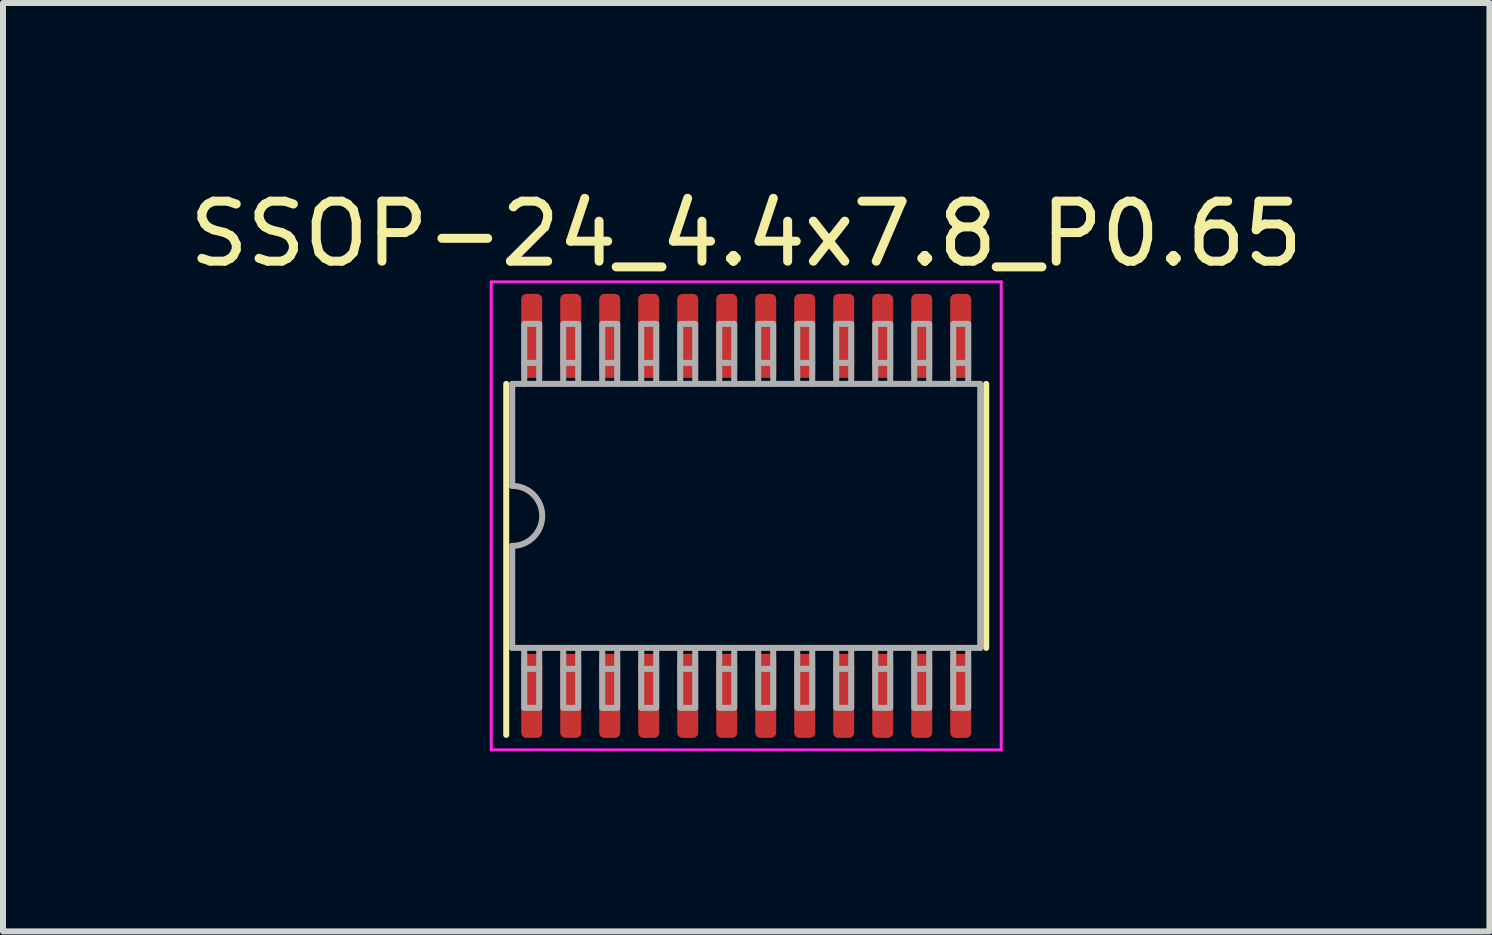
<source format=kicad_pcb>
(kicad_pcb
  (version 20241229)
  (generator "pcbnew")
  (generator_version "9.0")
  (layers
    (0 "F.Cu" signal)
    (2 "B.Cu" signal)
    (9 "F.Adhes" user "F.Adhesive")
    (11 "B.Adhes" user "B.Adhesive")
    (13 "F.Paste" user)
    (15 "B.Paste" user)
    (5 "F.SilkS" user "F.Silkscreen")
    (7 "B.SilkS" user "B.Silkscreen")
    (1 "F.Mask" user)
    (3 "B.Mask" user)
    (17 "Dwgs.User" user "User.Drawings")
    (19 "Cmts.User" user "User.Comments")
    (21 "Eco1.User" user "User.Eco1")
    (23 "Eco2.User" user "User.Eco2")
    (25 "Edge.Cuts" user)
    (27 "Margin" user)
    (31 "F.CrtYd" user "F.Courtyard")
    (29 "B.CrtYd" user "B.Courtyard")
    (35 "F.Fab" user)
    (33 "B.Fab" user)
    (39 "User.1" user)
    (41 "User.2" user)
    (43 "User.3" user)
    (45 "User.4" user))
  (footprint "SSOP-24_4.4x7.8_P0.65"
    (layer "F.Cu")
    (at 9.387 5.548)
    (property "Reference" "SSOP-24_4.4x7.8_P0.65" (at 0 -4.7 0) (layer "F.SilkS") (effects (font (size 1 1) (thickness 0.15))))
    (attr smd)
    (fp_line (start -4 3.65) (end -4 -2.2) (stroke (width 0.1) (type solid)) (layer "F.SilkS"))
    (fp_line (start 4 2.2) (end 4 -2.2) (stroke (width 0.1) (type solid)) (layer "F.SilkS"))
    (fp_line (start -4.25 -3.9) (end -4.25 3.9) (stroke (width 0.05) (type solid)) (layer "F.CrtYd"))
    (fp_line (start -4.25 3.9) (end 4.25 3.9) (stroke (width 0.05) (type solid)) (layer "F.CrtYd"))
    (fp_line (start 4.25 -3.9) (end -4.25 -3.9) (stroke (width 0.05) (type solid)) (layer "F.CrtYd"))
    (fp_line (start 4.25 3.9) (end 4.25 -3.9) (stroke (width 0.05) (type solid)) (layer "F.CrtYd"))
    (fp_line (start -3.9 -2.2) (end -3.9 -0.5) (stroke (width 0.1) (type solid)) (layer "F.Fab"))
    (fp_line (start -3.9 -2.2) (end 3.9 -2.2) (stroke (width 0.1) (type solid)) (layer "F.Fab"))
    (fp_line (start -3.9 2.2) (end -3.9 0.5) (stroke (width 0.1) (type solid)) (layer "F.Fab"))
    (fp_line (start -3.9 2.2) (end 3.9 2.2) (stroke (width 0.1) (type solid)) (layer "F.Fab"))
    (fp_line (start -3.7 -2.55) (end -3.7 -2.2) (stroke (width 0.1) (type solid)) (layer "F.Fab"))
    (fp_line (start -3.7 2.55) (end -3.7 2.2) (stroke (width 0.1) (type solid)) (layer "F.Fab"))
    (fp_line (start -3.45 -2.55) (end -3.45 -2.2) (stroke (width 0.1) (type solid)) (layer "F.Fab"))
    (fp_line (start -3.45 2.55) (end -3.45 2.2) (stroke (width 0.1) (type solid)) (layer "F.Fab"))
    (fp_line (start -3.05 -2.55) (end -3.05 -2.2) (stroke (width 0.1) (type solid)) (layer "F.Fab"))
    (fp_line (start -3.05 2.55) (end -3.05 2.2) (stroke (width 0.1) (type solid)) (layer "F.Fab"))
    (fp_line (start -2.8 -2.55) (end -2.8 -2.2) (stroke (width 0.1) (type solid)) (layer "F.Fab"))
    (fp_line (start -2.8 2.55) (end -2.8 2.2) (stroke (width 0.1) (type solid)) (layer "F.Fab"))
    (fp_line (start -2.4 -2.55) (end -2.4 -2.2) (stroke (width 0.1) (type solid)) (layer "F.Fab"))
    (fp_line (start -2.4 2.55) (end -2.4 2.2) (stroke (width 0.1) (type solid)) (layer "F.Fab"))
    (fp_line (start -2.15 -2.55) (end -2.15 -2.2) (stroke (width 0.1) (type solid)) (layer "F.Fab"))
    (fp_line (start -2.15 2.55) (end -2.15 2.2) (stroke (width 0.1) (type solid)) (layer "F.Fab"))
    (fp_line (start -1.75 -2.55) (end -1.75 -2.2) (stroke (width 0.1) (type solid)) (layer "F.Fab"))
    (fp_line (start -1.75 2.55) (end -1.75 2.2) (stroke (width 0.1) (type solid)) (layer "F.Fab"))
    (fp_line (start -1.5 -2.55) (end -1.5 -2.2) (stroke (width 0.1) (type solid)) (layer "F.Fab"))
    (fp_line (start -1.5 2.55) (end -1.5 2.2) (stroke (width 0.1) (type solid)) (layer "F.Fab"))
    (fp_line (start -1.1 -2.55) (end -1.1 -2.2) (stroke (width 0.1) (type solid)) (layer "F.Fab"))
    (fp_line (start -1.1 2.55) (end -1.1 2.2) (stroke (width 0.1) (type solid)) (layer "F.Fab"))
    (fp_line (start -0.85 -2.55) (end -0.85 -2.2) (stroke (width 0.1) (type solid)) (layer "F.Fab"))
    (fp_line (start -0.85 2.55) (end -0.85 2.2) (stroke (width 0.1) (type solid)) (layer "F.Fab"))
    (fp_line (start -0.45 -2.55) (end -0.45 -2.2) (stroke (width 0.1) (type solid)) (layer "F.Fab"))
    (fp_line (start -0.45 2.55) (end -0.45 2.2) (stroke (width 0.1) (type solid)) (layer "F.Fab"))
    (fp_line (start -0.2 -2.55) (end -0.2 -2.2) (stroke (width 0.1) (type solid)) (layer "F.Fab"))
    (fp_line (start -0.2 2.55) (end -0.2 2.2) (stroke (width 0.1) (type solid)) (layer "F.Fab"))
    (fp_line (start 0.2 -2.55) (end 0.2 -2.2) (stroke (width 0.1) (type solid)) (layer "F.Fab"))
    (fp_line (start 0.2 2.55) (end 0.2 2.2) (stroke (width 0.1) (type solid)) (layer "F.Fab"))
    (fp_line (start 0.45 -2.55) (end 0.45 -2.2) (stroke (width 0.1) (type solid)) (layer "F.Fab"))
    (fp_line (start 0.45 2.55) (end 0.45 2.2) (stroke (width 0.1) (type solid)) (layer "F.Fab"))
    (fp_line (start 0.85 -2.55) (end 0.85 -2.2) (stroke (width 0.1) (type solid)) (layer "F.Fab"))
    (fp_line (start 0.85 2.55) (end 0.85 2.2) (stroke (width 0.1) (type solid)) (layer "F.Fab"))
    (fp_line (start 1.1 -2.55) (end 1.1 -2.2) (stroke (width 0.1) (type solid)) (layer "F.Fab"))
    (fp_line (start 1.1 2.55) (end 1.1 2.2) (stroke (width 0.1) (type solid)) (layer "F.Fab"))
    (fp_line (start 1.5 -2.55) (end 1.5 -2.2) (stroke (width 0.1) (type solid)) (layer "F.Fab"))
    (fp_line (start 1.5 2.55) (end 1.5 2.2) (stroke (width 0.1) (type solid)) (layer "F.Fab"))
    (fp_line (start 1.75 -2.55) (end 1.75 -2.2) (stroke (width 0.1) (type solid)) (layer "F.Fab"))
    (fp_line (start 1.75 2.55) (end 1.75 2.2) (stroke (width 0.1) (type solid)) (layer "F.Fab"))
    (fp_line (start 2.15 -2.55) (end 2.15 -2.2) (stroke (width 0.1) (type solid)) (layer "F.Fab"))
    (fp_line (start 2.15 2.55) (end 2.15 2.2) (stroke (width 0.1) (type solid)) (layer "F.Fab"))
    (fp_line (start 2.4 -2.55) (end 2.4 -2.2) (stroke (width 0.1) (type solid)) (layer "F.Fab"))
    (fp_line (start 2.4 2.55) (end 2.4 2.2) (stroke (width 0.1) (type solid)) (layer "F.Fab"))
    (fp_line (start 2.8 -2.55) (end 2.8 -2.2) (stroke (width 0.1) (type solid)) (layer "F.Fab"))
    (fp_line (start 2.8 2.55) (end 2.8 2.2) (stroke (width 0.1) (type solid)) (layer "F.Fab"))
    (fp_line (start 3.05 -2.55) (end 3.05 -2.2) (stroke (width 0.1) (type solid)) (layer "F.Fab"))
    (fp_line (start 3.05 2.55) (end 3.05 2.2) (stroke (width 0.1) (type solid)) (layer "F.Fab"))
    (fp_line (start 3.45 -2.55) (end 3.45 -2.2) (stroke (width 0.1) (type solid)) (layer "F.Fab"))
    (fp_line (start 3.45 2.55) (end 3.45 2.2) (stroke (width 0.1) (type solid)) (layer "F.Fab"))
    (fp_line (start 3.7 -2.55) (end 3.7 -2.2) (stroke (width 0.1) (type solid)) (layer "F.Fab"))
    (fp_line (start 3.7 2.55) (end 3.7 2.2) (stroke (width 0.1) (type solid)) (layer "F.Fab"))
    (fp_line (start 3.9 -2.2) (end 3.9 2.2) (stroke (width 0.1) (type solid)) (layer "F.Fab"))
    (fp_arc (start -3.9 -0.5) (mid -3.4 0) (end -3.9 0.5) (stroke (width 0.1) (type solid)) (layer "F.Fab"))
    (fp_poly (pts (xy -3.7 -2.55) (xy -3.7 -3.2) (xy -3.45 -3.2) (xy -3.45 -2.55)) (stroke (width 0.1) (type solid)) (fill no) (layer "F.Fab"))
    (fp_poly (pts (xy -3.45 2.55) (xy -3.45 3.2) (xy -3.7 3.2) (xy -3.7 2.55)) (stroke (width 0.1) (type solid)) (fill no) (layer "F.Fab"))
    (fp_poly (pts (xy -3.05 -2.55) (xy -3.05 -3.2) (xy -2.8 -3.2) (xy -2.8 -2.55)) (stroke (width 0.1) (type solid)) (fill no) (layer "F.Fab"))
    (fp_poly (pts (xy -2.8 2.55) (xy -2.8 3.2) (xy -3.05 3.2) (xy -3.05 2.55)) (stroke (width 0.1) (type solid)) (fill no) (layer "F.Fab"))
    (fp_poly (pts (xy -2.4 -2.55) (xy -2.4 -3.2) (xy -2.15 -3.2) (xy -2.15 -2.55)) (stroke (width 0.1) (type solid)) (fill no) (layer "F.Fab"))
    (fp_poly (pts (xy -2.15 2.55) (xy -2.15 3.2) (xy -2.4 3.2) (xy -2.4 2.55)) (stroke (width 0.1) (type solid)) (fill no) (layer "F.Fab"))
    (fp_poly (pts (xy -1.75 -2.55) (xy -1.75 -3.2) (xy -1.5 -3.2) (xy -1.5 -2.55)) (stroke (width 0.1) (type solid)) (fill no) (layer "F.Fab"))
    (fp_poly (pts (xy -1.5 2.55) (xy -1.5 3.2) (xy -1.75 3.2) (xy -1.75 2.55)) (stroke (width 0.1) (type solid)) (fill no) (layer "F.Fab"))
    (fp_poly (pts (xy -1.1 -2.55) (xy -1.1 -3.2) (xy -0.85 -3.2) (xy -0.85 -2.55)) (stroke (width 0.1) (type solid)) (fill no) (layer "F.Fab"))
    (fp_poly (pts (xy -0.85 2.55) (xy -0.85 3.2) (xy -1.1 3.2) (xy -1.1 2.55)) (stroke (width 0.1) (type solid)) (fill no) (layer "F.Fab"))
    (fp_poly (pts (xy -0.45 -2.55) (xy -0.45 -3.2) (xy -0.2 -3.2) (xy -0.2 -2.55)) (stroke (width 0.1) (type solid)) (fill no) (layer "F.Fab"))
    (fp_poly (pts (xy -0.2 2.55) (xy -0.2 3.2) (xy -0.45 3.2) (xy -0.45 2.55)) (stroke (width 0.1) (type solid)) (fill no) (layer "F.Fab"))
    (fp_poly (pts (xy 0.2 -2.55) (xy 0.2 -3.2) (xy 0.45 -3.2) (xy 0.45 -2.55)) (stroke (width 0.1) (type solid)) (fill no) (layer "F.Fab"))
    (fp_poly (pts (xy 0.45 2.55) (xy 0.45 3.2) (xy 0.2 3.2) (xy 0.2 2.55)) (stroke (width 0.1) (type solid)) (fill no) (layer "F.Fab"))
    (fp_poly (pts (xy 0.85 -2.55) (xy 0.85 -3.2) (xy 1.1 -3.2) (xy 1.1 -2.55)) (stroke (width 0.1) (type solid)) (fill no) (layer "F.Fab"))
    (fp_poly (pts (xy 1.1 2.55) (xy 1.1 3.2) (xy 0.85 3.2) (xy 0.85 2.55)) (stroke (width 0.1) (type solid)) (fill no) (layer "F.Fab"))
    (fp_poly (pts (xy 1.5 -2.55) (xy 1.5 -3.2) (xy 1.75 -3.2) (xy 1.75 -2.55)) (stroke (width 0.1) (type solid)) (fill no) (layer "F.Fab"))
    (fp_poly (pts (xy 1.75 2.55) (xy 1.75 3.2) (xy 1.5 3.2) (xy 1.5 2.55)) (stroke (width 0.1) (type solid)) (fill no) (layer "F.Fab"))
    (fp_poly (pts (xy 2.15 -2.55) (xy 2.15 -3.2) (xy 2.4 -3.2) (xy 2.4 -2.55)) (stroke (width 0.1) (type solid)) (fill no) (layer "F.Fab"))
    (fp_poly (pts (xy 2.4 2.55) (xy 2.4 3.2) (xy 2.15 3.2) (xy 2.15 2.55)) (stroke (width 0.1) (type solid)) (fill no) (layer "F.Fab"))
    (fp_poly (pts (xy 2.8 -2.55) (xy 2.8 -3.2) (xy 3.05 -3.2) (xy 3.05 -2.55)) (stroke (width 0.1) (type solid)) (fill no) (layer "F.Fab"))
    (fp_poly (pts (xy 3.05 2.55) (xy 3.05 3.2) (xy 2.8 3.2) (xy 2.8 2.55)) (stroke (width 0.1) (type solid)) (fill no) (layer "F.Fab"))
    (fp_poly (pts (xy 3.45 -2.55) (xy 3.45 -3.2) (xy 3.7 -3.2) (xy 3.7 -2.55)) (stroke (width 0.1) (type solid)) (fill no) (layer "F.Fab"))
    (fp_poly (pts (xy 3.7 2.55) (xy 3.7 3.2) (xy 3.45 3.2) (xy 3.45 2.55)) (stroke (width 0.1) (type solid)) (fill no) (layer "F.Fab"))
    (pad "1" smd roundrect (at -3.575 3 90) (size 1.4 0.35) (layers "F.Cu" "F.Mask" "F.Paste") (roundrect_rratio 0.25))
    (pad "2" smd roundrect (at -2.925 3 90) (size 1.4 0.35) (layers "F.Cu" "F.Mask" "F.Paste") (roundrect_rratio 0.25))
    (pad "3" smd roundrect (at -2.275 3 90) (size 1.4 0.35) (layers "F.Cu" "F.Mask" "F.Paste") (roundrect_rratio 0.25))
    (pad "4" smd roundrect (at -1.625 3 90) (size 1.4 0.35) (layers "F.Cu" "F.Mask" "F.Paste") (roundrect_rratio 0.25))
    (pad "5" smd roundrect (at -0.975 3 90) (size 1.4 0.35) (layers "F.Cu" "F.Mask" "F.Paste") (roundrect_rratio 0.25))
    (pad "6" smd roundrect (at -0.325 3 90) (size 1.4 0.35) (layers "F.Cu" "F.Mask" "F.Paste") (roundrect_rratio 0.25))
    (pad "7" smd roundrect (at 0.325 3 90) (size 1.4 0.35) (layers "F.Cu" "F.Mask" "F.Paste") (roundrect_rratio 0.25))
    (pad "8" smd roundrect (at 0.975 3 90) (size 1.4 0.35) (layers "F.Cu" "F.Mask" "F.Paste") (roundrect_rratio 0.25))
    (pad "9" smd roundrect (at 1.625 3 90) (size 1.4 0.35) (layers "F.Cu" "F.Mask" "F.Paste") (roundrect_rratio 0.25))
    (pad "10" smd roundrect (at 2.275 3 90) (size 1.4 0.35) (layers "F.Cu" "F.Mask" "F.Paste") (roundrect_rratio 0.25))
    (pad "11" smd roundrect (at 2.925 3 270) (size 1.4 0.35) (layers "F.Cu" "F.Mask" "F.Paste") (roundrect_rratio 0.25))
    (pad "12" smd roundrect (at 3.575 3 270) (size 1.4 0.35) (layers "F.Cu" "F.Mask" "F.Paste") (roundrect_rratio 0.25))
    (pad "13" smd roundrect (at 3.575 -3 90) (size 1.4 0.35) (layers "F.Cu" "F.Mask" "F.Paste") (roundrect_rratio 0.25))
    (pad "14" smd roundrect (at 2.925 -3 90) (size 1.4 0.35) (layers "F.Cu" "F.Mask" "F.Paste") (roundrect_rratio 0.25))
    (pad "15" smd roundrect (at 2.275 -3 90) (size 1.4 0.35) (layers "F.Cu" "F.Mask" "F.Paste") (roundrect_rratio 0.25))
    (pad "16" smd roundrect (at 1.625 -3 90) (size 1.4 0.35) (layers "F.Cu" "F.Mask" "F.Paste") (roundrect_rratio 0.25))
    (pad "17" smd roundrect (at 0.975 -3 90) (size 1.4 0.35) (layers "F.Cu" "F.Mask" "F.Paste") (roundrect_rratio 0.25))
    (pad "18" smd roundrect (at 0.325 -3 90) (size 1.4 0.35) (layers "F.Cu" "F.Mask" "F.Paste") (roundrect_rratio 0.25))
    (pad "19" smd roundrect (at -0.325 -3 90) (size 1.4 0.35) (layers "F.Cu" "F.Mask" "F.Paste") (roundrect_rratio 0.25))
    (pad "20" smd roundrect (at -0.975 -3 90) (size 1.4 0.35) (layers "F.Cu" "F.Mask" "F.Paste") (roundrect_rratio 0.25))
    (pad "21" smd roundrect (at -1.625 -3 90) (size 1.4 0.35) (layers "F.Cu" "F.Mask" "F.Paste") (roundrect_rratio 0.25))
    (pad "22" smd roundrect (at -2.275 -3 90) (size 1.4 0.35) (layers "F.Cu" "F.Mask" "F.Paste") (roundrect_rratio 0.25))
    (pad "23" smd roundrect (at -2.925 -3 90) (size 1.4 0.35) (layers "F.Cu" "F.Mask" "F.Paste") (roundrect_rratio 0.25))
    (pad "24" smd roundrect (at -3.575 -3 90) (size 1.4 0.35) (layers "F.Cu" "F.Mask" "F.Paste") (roundrect_rratio 0.25)))
  (gr_rect
    (start -3 -3)
    (end 21.774 12.473)
    (stroke (width 0.1) (type default))
    (fill no)
    (layer "Edge.Cuts")))
</source>
